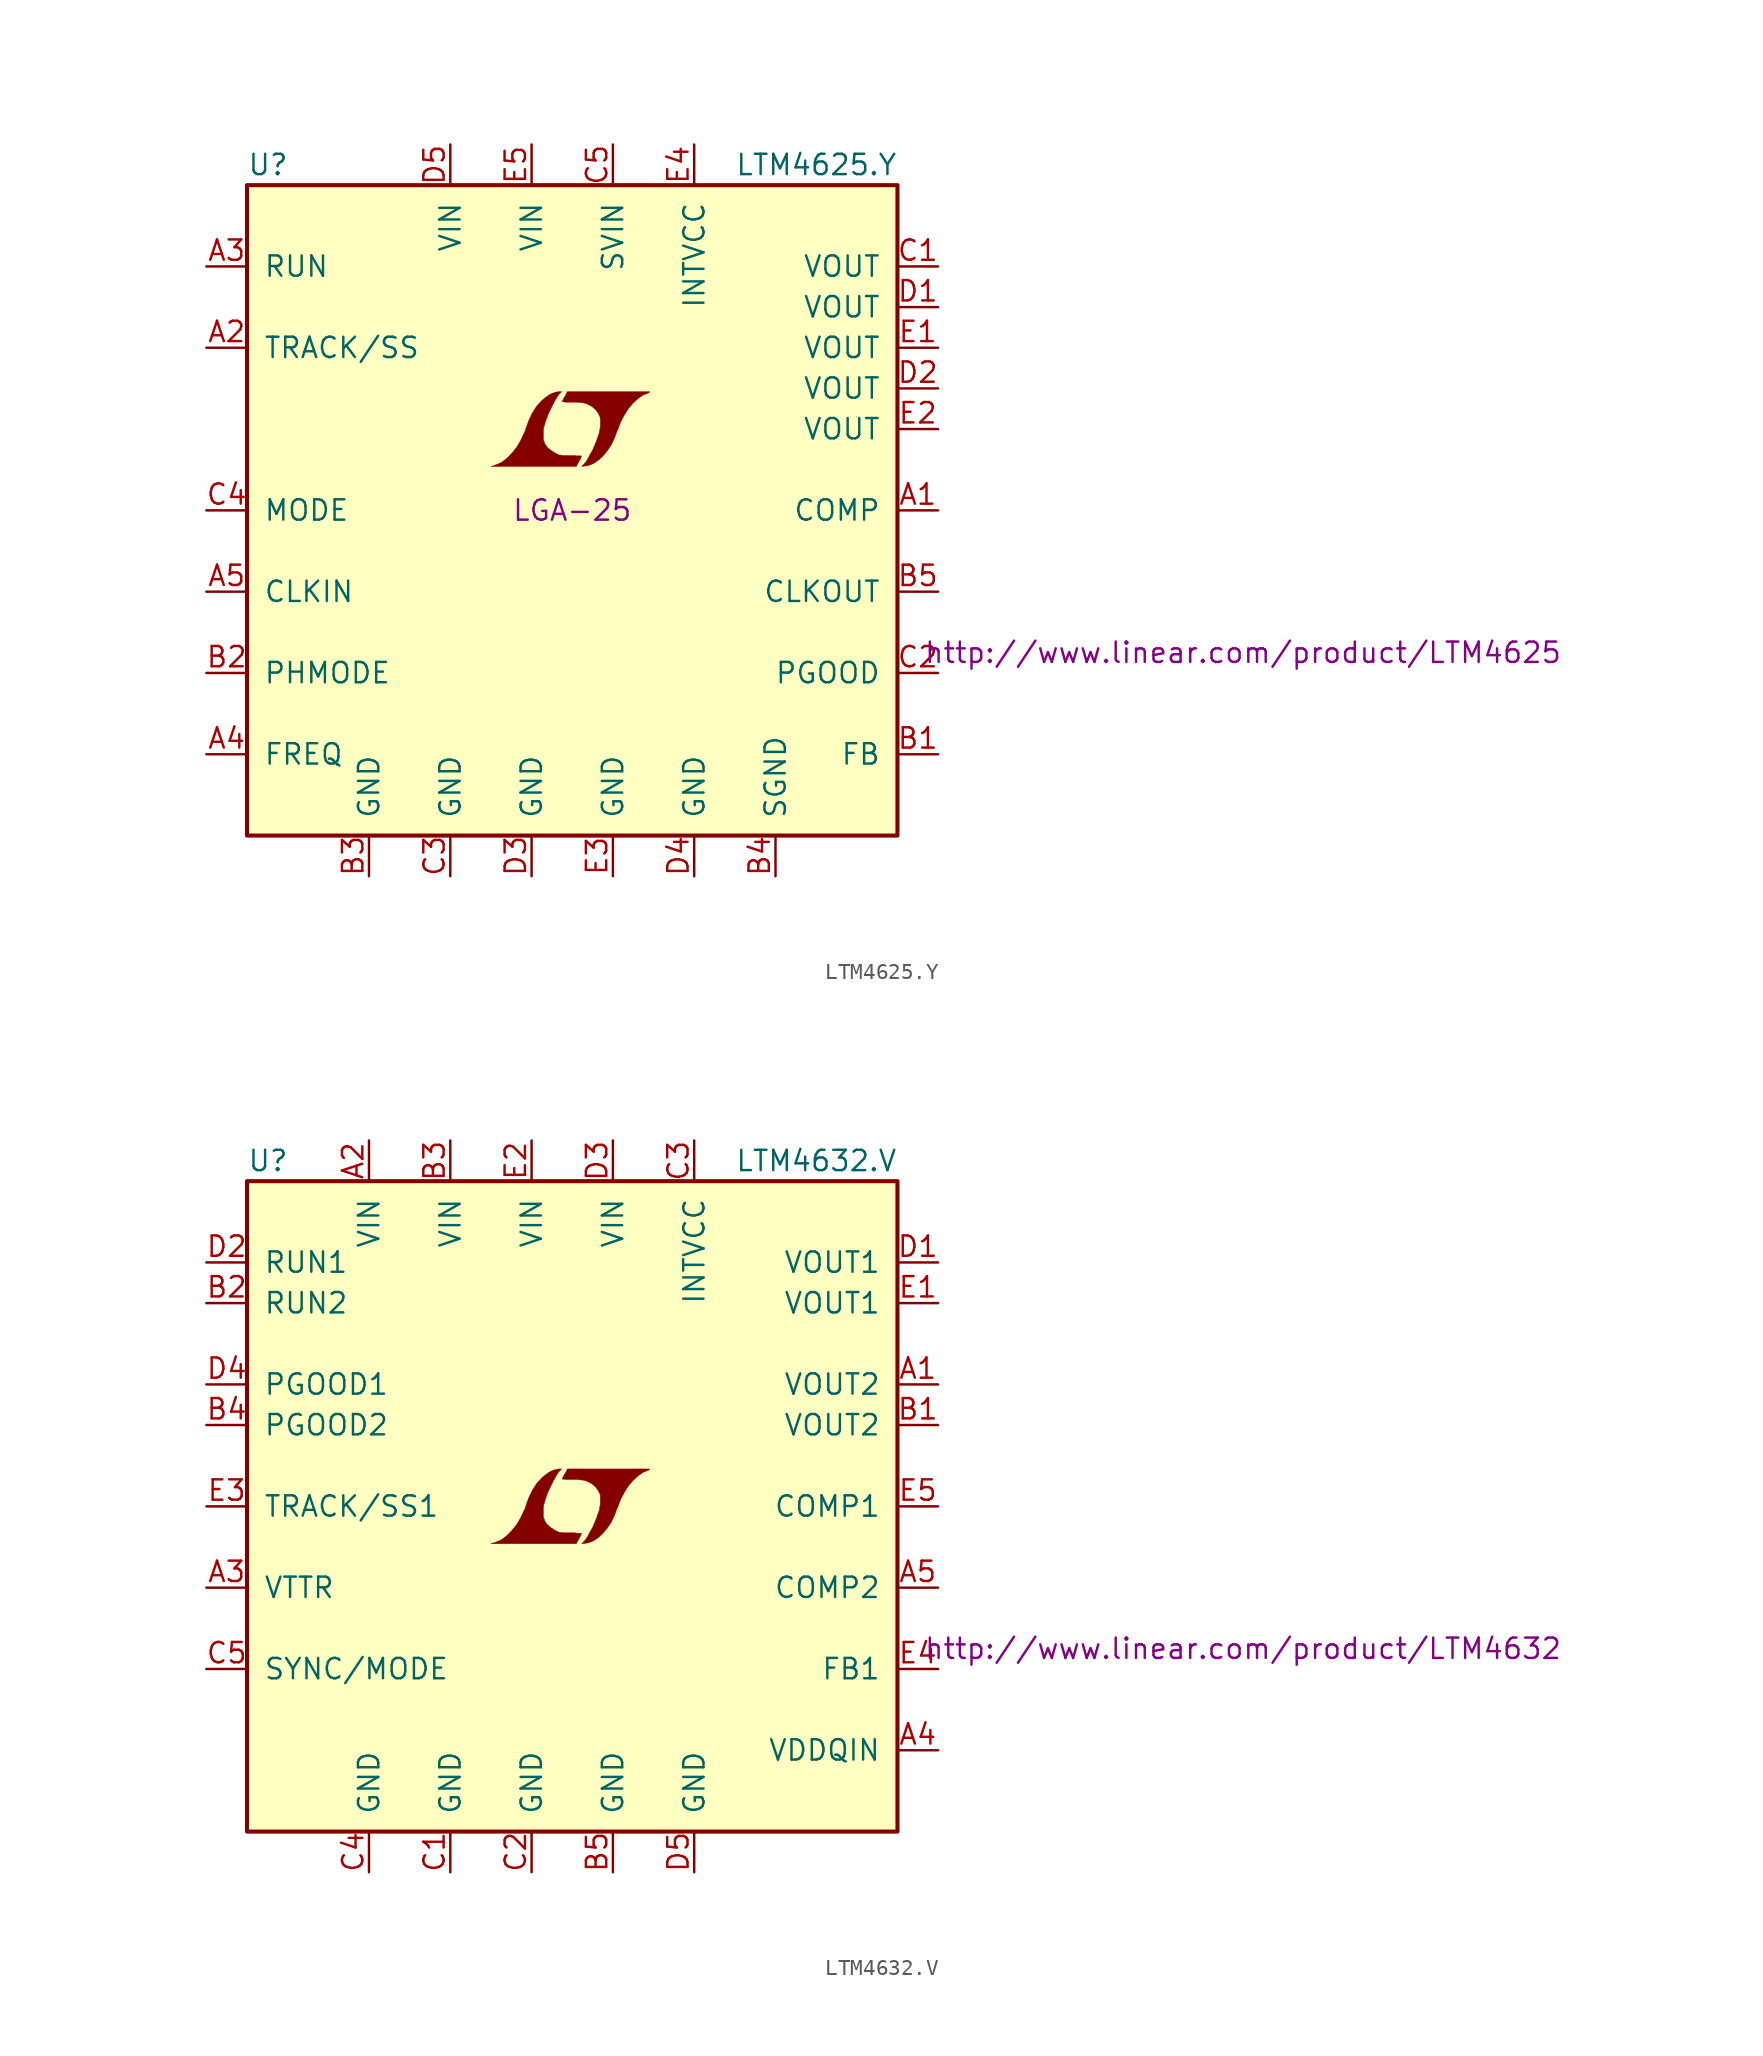
<source format=kicad_sym>
(kicad_symbol_lib
  (version 20201005)
  (generator kicad_symbol_editor)
  (symbol "LTM4625.Y"
    (pin_names
      (offset 1.016))
    (property "Reference" "U"
      (at -20.32 21.59 0)
      (effects (font (size 1.27 1.27)) (justify left)))
    (property "Value" "LTM4625.Y"
      (at 10.16 21.59 0)
      (effects (font (size 1.27 1.27)) (justify left)))
    (property "Footprint" "LGA-25"
      (at 0 0 0)
      (effects (font (size 1.27 1.27))))
    (property "Datasheet" "http://www.linear.com/product/LTM4625"
      (at 41.91 -8.89 0)
      (effects (font (size 1.27 1.27))))
    (symbol "LTM4625.Y_0_0"
      (polyline (pts (xy 0.432 3.073) (xy 0.457 3.124) (xy 0.533 3.251) (xy 0.559 3.353) (xy 0.584 3.404) (xy 0.305 3.404) (xy 0.127 3.429) (xy -0.559 3.429) (xy -0.686 3.454) (xy -0.787 3.454) (xy -0.864 3.48) (xy -1.067 3.581) (xy -1.346 3.759) (xy -1.575 3.962) (xy -1.727 4.191) (xy -1.753 4.293) (xy -1.803 4.42) (xy -1.803 5.029) (xy -1.778 5.182) (xy -1.727 5.334) (xy -1.676 5.537) (xy -1.626 5.664) (xy -1.524 5.944) (xy -1.397 6.223) (xy -1.143 6.731) (xy -1.016 6.96) (xy -0.914 7.137) (xy -0.813 7.264) (xy -0.66 7.417) (xy -0.838 7.417) (xy -1.016 7.391) (xy -1.245 7.315) (xy -1.448 7.214) (xy -1.626 7.087) (xy -1.88 6.883) (xy -2.21 6.528) (xy -2.489 6.096) (xy -2.718 5.613) (xy -2.921 5.055) (xy -2.946 4.953) (xy -3.048 4.75) (xy -3.15 4.521) (xy -3.251 4.318) (xy -3.48 3.937) (xy -3.785 3.556) (xy -4.089 3.251) (xy -4.42 2.997) (xy -4.775 2.845) (xy -5.08 2.743) (xy 0.254 2.743) (xy 0.432 3.073)) (stroke (width 0.025)) (fill (type outline)))
      (polyline (pts (xy 0.813 2.769) (xy 0.991 2.794) (xy 1.321 2.921) (xy 1.626 3.124) (xy 1.905 3.378) (xy 2.184 3.708) (xy 2.438 4.089) (xy 2.642 4.521) (xy 2.819 5.004) (xy 2.845 5.029) (xy 3.023 5.512) (xy 3.251 5.944) (xy 3.505 6.35) (xy 3.81 6.706) (xy 4.115 6.985) (xy 4.445 7.214) (xy 4.775 7.341) (xy 4.775 7.366) (xy 4.826 7.366) (xy 4.851 7.391) (xy 4.826 7.417) (xy -0.305 7.417) (xy -0.457 7.112) (xy -0.508 7.061) (xy -0.559 6.934) (xy -0.635 6.782) (xy -0.559 6.782) (xy -0.432 6.756) (xy 0.305 6.756) (xy 0.483 6.731) (xy 0.61 6.731) (xy 0.711 6.706) (xy 0.838 6.68) (xy 0.965 6.629) (xy 1.245 6.477) (xy 1.473 6.274) (xy 1.651 6.02) (xy 1.676 5.944) (xy 1.727 5.867) (xy 1.753 5.74) (xy 1.753 5.232) (xy 1.727 5.08) (xy 1.702 4.953) (xy 1.676 4.801) (xy 1.6 4.597) (xy 1.524 4.369) (xy 1.27 3.759) (xy 1.118 3.505) (xy 0.991 3.251) (xy 0.864 3.048) (xy 0.762 2.921) (xy 0.584 2.743) (xy 0.813 2.769)) (stroke (width 0.025)) (fill (type outline))))
    (symbol "LTM4625.Y_0_1"
      (rectangle (start -20.32 20.32) (end 20.32 -20.32) (stroke (width 0.254)) (fill (type background))))
    (symbol "LTM4625.Y_1_1"
      (pin passive line (at 22.86 0 180) (length 2.54) (name "COMP" (effects (font (size 1.27 1.27)))) (number "A1" (effects (font (size 1.27 1.27)))))
      (pin passive line (at -22.86 10.16 0) (length 2.54) (name "TRACK/SS" (effects (font (size 1.27 1.27)))) (number "A2" (effects (font (size 1.27 1.27)))))
      (pin input line (at -22.86 15.24 0) (length 2.54) (name "RUN" (effects (font (size 1.27 1.27)))) (number "A3" (effects (font (size 1.27 1.27)))))
      (pin passive line (at -22.86 -15.24 0) (length 2.54) (name "FREQ" (effects (font (size 1.27 1.27)))) (number "A4" (effects (font (size 1.27 1.27)))))
      (pin input line (at -22.86 -5.08 0) (length 2.54) (name "CLKIN" (effects (font (size 1.27 1.27)))) (number "A5" (effects (font (size 1.27 1.27)))))
      (pin passive line (at 22.86 -15.24 180) (length 2.54) (name "FB" (effects (font (size 1.27 1.27)))) (number "B1" (effects (font (size 1.27 1.27)))))
      (pin input line (at -22.86 -10.16 0) (length 2.54) (name "PHMODE" (effects (font (size 1.27 1.27)))) (number "B2" (effects (font (size 1.27 1.27)))))
      (pin power_in line (at -12.7 -22.86 90) (length 2.54) (name "GND" (effects (font (size 1.27 1.27)))) (number "B3" (effects (font (size 1.27 1.27)))))
      (pin power_in line (at 12.7 -22.86 90) (length 2.54) (name "SGND" (effects (font (size 1.27 1.27)))) (number "B4" (effects (font (size 1.27 1.27)))))
      (pin output line (at 22.86 -5.08 180) (length 2.54) (name "CLKOUT" (effects (font (size 1.27 1.27)))) (number "B5" (effects (font (size 1.27 1.27)))))
      (pin power_out line (at 22.86 15.24 180) (length 2.54) (name "VOUT" (effects (font (size 1.27 1.27)))) (number "C1" (effects (font (size 1.27 1.27)))))
      (pin open_collector line (at 22.86 -10.16 180) (length 2.54) (name "PGOOD" (effects (font (size 1.27 1.27)))) (number "C2" (effects (font (size 1.27 1.27)))))
      (pin power_in line (at -7.62 -22.86 90) (length 2.54) (name "GND" (effects (font (size 1.27 1.27)))) (number "C3" (effects (font (size 1.27 1.27)))))
      (pin input line (at -22.86 0 0) (length 2.54) (name "MODE" (effects (font (size 1.27 1.27)))) (number "C4" (effects (font (size 1.27 1.27)))))
      (pin power_in line (at 2.54 22.86 270) (length 2.54) (name "SVIN" (effects (font (size 1.27 1.27)))) (number "C5" (effects (font (size 1.27 1.27)))))
      (pin power_out line (at 22.86 12.7 180) (length 2.54) (name "VOUT" (effects (font (size 1.27 1.27)))) (number "D1" (effects (font (size 1.27 1.27)))))
      (pin power_out line (at 22.86 7.62 180) (length 2.54) (name "VOUT" (effects (font (size 1.27 1.27)))) (number "D2" (effects (font (size 1.27 1.27)))))
      (pin power_in line (at -2.54 -22.86 90) (length 2.54) (name "GND" (effects (font (size 1.27 1.27)))) (number "D3" (effects (font (size 1.27 1.27)))))
      (pin power_in line (at 7.62 -22.86 90) (length 2.54) (name "GND" (effects (font (size 1.27 1.27)))) (number "D4" (effects (font (size 1.27 1.27)))))
      (pin power_in line (at -7.62 22.86 270) (length 2.54) (name "VIN" (effects (font (size 1.27 1.27)))) (number "D5" (effects (font (size 1.27 1.27)))))
      (pin power_out line (at 22.86 10.16 180) (length 2.54) (name "VOUT" (effects (font (size 1.27 1.27)))) (number "E1" (effects (font (size 1.27 1.27)))))
      (pin power_out line (at 22.86 5.08 180) (length 2.54) (name "VOUT" (effects (font (size 1.27 1.27)))) (number "E2" (effects (font (size 1.27 1.27)))))
      (pin power_in line (at 2.54 -22.86 90) (length 2.54) (name "GND" (effects (font (size 1.27 1.27)))) (number "E3" (effects (font (size 1.27 1.27)))))
      (pin passive line (at 7.62 22.86 270) (length 2.54) (name "INTVCC" (effects (font (size 1.27 1.27)))) (number "E4" (effects (font (size 1.27 1.27)))))
      (pin power_in line (at -2.54 22.86 270) (length 2.54) (name "VIN" (effects (font (size 1.27 1.27)))) (number "E5" (effects (font (size 1.27 1.27)))))))
  (symbol "LTM4632.V"
    (pin_names
      (offset 1.016))
    (property "Reference" "U"
      (at -20.32 21.59 0)
      (effects (font (size 1.27 1.27)) (justify left)))
    (property "Value" "LTM4632.V"
      (at 10.16 21.59 0)
      (effects (font (size 1.27 1.27)) (justify left)))
    (property "Datasheet" "http://www.linear.com/product/LTM4632"
      (at 41.91 -8.89 0)
      (effects (font (size 1.27 1.27))))
    (symbol "LTM4632.V_0_0"
      (polyline (pts (xy 0.432 -2.007) (xy 0.457 -1.956) (xy 0.533 -1.829) (xy 0.559 -1.727) (xy 0.584 -1.676) (xy 0.305 -1.676) (xy 0.127 -1.651) (xy -0.559 -1.651) (xy -0.686 -1.626) (xy -0.787 -1.626) (xy -0.864 -1.6) (xy -1.067 -1.499) (xy -1.346 -1.321) (xy -1.575 -1.118) (xy -1.727 -0.889) (xy -1.753 -0.787) (xy -1.803 -0.66) (xy -1.803 -0.051) (xy -1.778 0.102) (xy -1.727 0.254) (xy -1.676 0.457) (xy -1.626 0.584) (xy -1.524 0.864) (xy -1.397 1.143) (xy -1.143 1.651) (xy -1.016 1.88) (xy -0.914 2.057) (xy -0.813 2.184) (xy -0.66 2.337) (xy -0.838 2.337) (xy -1.016 2.311) (xy -1.245 2.235) (xy -1.448 2.134) (xy -1.626 2.007) (xy -1.88 1.803) (xy -2.21 1.448) (xy -2.489 1.016) (xy -2.718 0.533) (xy -2.921 -0.025) (xy -2.946 -0.127) (xy -3.048 -0.33) (xy -3.15 -0.559) (xy -3.251 -0.762) (xy -3.48 -1.143) (xy -3.785 -1.524) (xy -4.089 -1.829) (xy -4.42 -2.083) (xy -4.775 -2.235) (xy -5.08 -2.337) (xy 0.254 -2.337) (xy 0.432 -2.007)) (stroke (width 0.025)) (fill (type outline)))
      (polyline (pts (xy 0.813 -2.311) (xy 0.991 -2.286) (xy 1.321 -2.159) (xy 1.626 -1.956) (xy 1.905 -1.702) (xy 2.184 -1.372) (xy 2.438 -0.991) (xy 2.642 -0.559) (xy 2.819 -0.076) (xy 2.845 -0.051) (xy 3.023 0.432) (xy 3.251 0.864) (xy 3.505 1.27) (xy 3.81 1.626) (xy 4.115 1.905) (xy 4.445 2.134) (xy 4.775 2.261) (xy 4.775 2.286) (xy 4.826 2.286) (xy 4.851 2.311) (xy 4.826 2.337) (xy -0.305 2.337) (xy -0.457 2.032) (xy -0.508 1.981) (xy -0.559 1.854) (xy -0.635 1.702) (xy -0.559 1.702) (xy -0.432 1.676) (xy 0.305 1.676) (xy 0.483 1.651) (xy 0.61 1.651) (xy 0.711 1.626) (xy 0.838 1.6) (xy 0.965 1.549) (xy 1.245 1.397) (xy 1.473 1.194) (xy 1.651 0.94) (xy 1.676 0.864) (xy 1.727 0.787) (xy 1.753 0.66) (xy 1.753 0.152) (xy 1.727 0) (xy 1.702 -0.127) (xy 1.676 -0.279) (xy 1.6 -0.483) (xy 1.524 -0.711) (xy 1.27 -1.321) (xy 1.118 -1.575) (xy 0.991 -1.829) (xy 0.864 -2.032) (xy 0.762 -2.159) (xy 0.584 -2.337) (xy 0.813 -2.311)) (stroke (width 0.025)) (fill (type outline))))
    (symbol "LTM4632.V_0_1"
      (rectangle (start -20.32 20.32) (end 20.32 -20.32) (stroke (width 0.254)) (fill (type background))))
    (symbol "LTM4632.V_1_1"
      (pin power_out line (at 22.86 7.62 180) (length 2.54) (name "VOUT2" (effects (font (size 1.27 1.27)))) (number "A1" (effects (font (size 1.27 1.27)))))
      (pin power_in line (at -12.7 22.86 270) (length 2.54) (name "VIN" (effects (font (size 1.27 1.27)))) (number "A2" (effects (font (size 1.27 1.27)))))
      (pin passive line (at -22.86 -5.08 0) (length 2.54) (name "VTTR" (effects (font (size 1.27 1.27)))) (number "A3" (effects (font (size 1.27 1.27)))))
      (pin passive line (at 22.86 -15.24 180) (length 2.54) (name "VDDQIN" (effects (font (size 1.27 1.27)))) (number "A4" (effects (font (size 1.27 1.27)))))
      (pin passive line (at 22.86 -5.08 180) (length 2.54) (name "COMP2" (effects (font (size 1.27 1.27)))) (number "A5" (effects (font (size 1.27 1.27)))))
      (pin power_out line (at 22.86 5.08 180) (length 2.54) (name "VOUT2" (effects (font (size 1.27 1.27)))) (number "B1" (effects (font (size 1.27 1.27)))))
      (pin input line (at -22.86 12.7 0) (length 2.54) (name "RUN2" (effects (font (size 1.27 1.27)))) (number "B2" (effects (font (size 1.27 1.27)))))
      (pin power_in line (at -7.62 22.86 270) (length 2.54) (name "VIN" (effects (font (size 1.27 1.27)))) (number "B3" (effects (font (size 1.27 1.27)))))
      (pin open_collector line (at -22.86 5.08 0) (length 2.54) (name "PGOOD2" (effects (font (size 1.27 1.27)))) (number "B4" (effects (font (size 1.27 1.27)))))
      (pin power_in line (at 2.54 -22.86 90) (length 2.54) (name "GND" (effects (font (size 1.27 1.27)))) (number "B5" (effects (font (size 1.27 1.27)))))
      (pin power_in line (at -7.62 -22.86 90) (length 2.54) (name "GND" (effects (font (size 1.27 1.27)))) (number "C1" (effects (font (size 1.27 1.27)))))
      (pin power_in line (at -2.54 -22.86 90) (length 2.54) (name "GND" (effects (font (size 1.27 1.27)))) (number "C2" (effects (font (size 1.27 1.27)))))
      (pin passive line (at 7.62 22.86 270) (length 2.54) (name "INTVCC" (effects (font (size 1.27 1.27)))) (number "C3" (effects (font (size 1.27 1.27)))))
      (pin power_in line (at -12.7 -22.86 90) (length 2.54) (name "GND" (effects (font (size 1.27 1.27)))) (number "C4" (effects (font (size 1.27 1.27)))))
      (pin input line (at -22.86 -10.16 0) (length 2.54) (name "SYNC/MODE" (effects (font (size 1.27 1.27)))) (number "C5" (effects (font (size 1.27 1.27)))))
      (pin power_out line (at 22.86 15.24 180) (length 2.54) (name "VOUT1" (effects (font (size 1.27 1.27)))) (number "D1" (effects (font (size 1.27 1.27)))))
      (pin input line (at -22.86 15.24 0) (length 2.54) (name "RUN1" (effects (font (size 1.27 1.27)))) (number "D2" (effects (font (size 1.27 1.27)))))
      (pin power_in line (at 2.54 22.86 270) (length 2.54) (name "VIN" (effects (font (size 1.27 1.27)))) (number "D3" (effects (font (size 1.27 1.27)))))
      (pin open_collector line (at -22.86 7.62 0) (length 2.54) (name "PGOOD1" (effects (font (size 1.27 1.27)))) (number "D4" (effects (font (size 1.27 1.27)))))
      (pin power_in line (at 7.62 -22.86 90) (length 2.54) (name "GND" (effects (font (size 1.27 1.27)))) (number "D5" (effects (font (size 1.27 1.27)))))
      (pin power_out line (at 22.86 12.7 180) (length 2.54) (name "VOUT1" (effects (font (size 1.27 1.27)))) (number "E1" (effects (font (size 1.27 1.27)))))
      (pin power_in line (at -2.54 22.86 270) (length 2.54) (name "VIN" (effects (font (size 1.27 1.27)))) (number "E2" (effects (font (size 1.27 1.27)))))
      (pin passive line (at -22.86 0 0) (length 2.54) (name "TRACK/SS1" (effects (font (size 1.27 1.27)))) (number "E3" (effects (font (size 1.27 1.27)))))
      (pin passive line (at 22.86 -10.16 180) (length 2.54) (name "FB1" (effects (font (size 1.27 1.27)))) (number "E4" (effects (font (size 1.27 1.27)))))
      (pin passive line (at 22.86 0 180) (length 2.54) (name "COMP1" (effects (font (size 1.27 1.27)))) (number "E5" (effects (font (size 1.27 1.27))))))))
</source>
